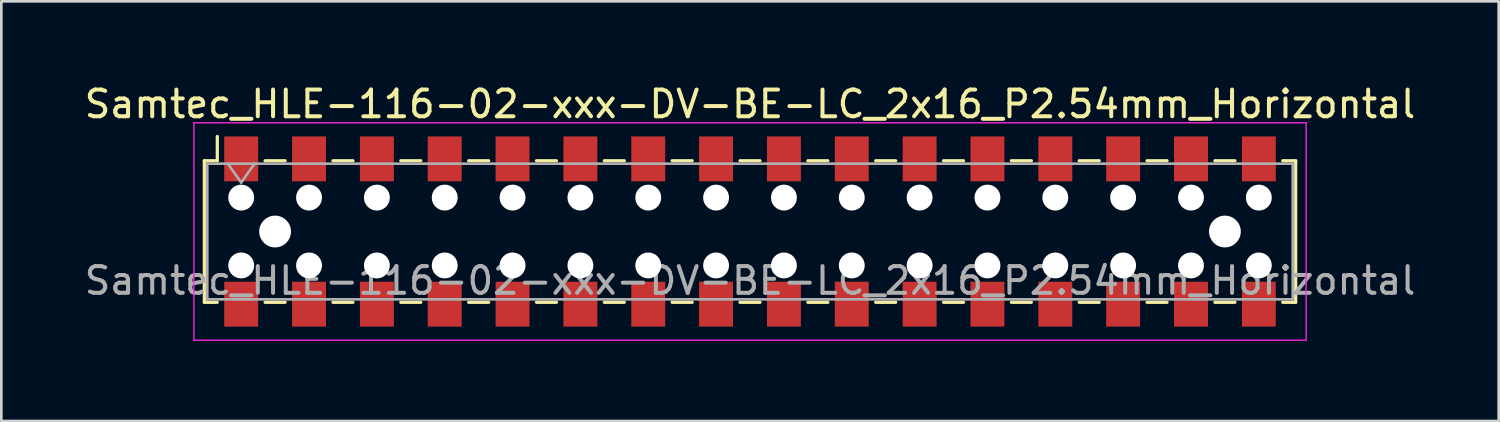
<source format=kicad_pcb>
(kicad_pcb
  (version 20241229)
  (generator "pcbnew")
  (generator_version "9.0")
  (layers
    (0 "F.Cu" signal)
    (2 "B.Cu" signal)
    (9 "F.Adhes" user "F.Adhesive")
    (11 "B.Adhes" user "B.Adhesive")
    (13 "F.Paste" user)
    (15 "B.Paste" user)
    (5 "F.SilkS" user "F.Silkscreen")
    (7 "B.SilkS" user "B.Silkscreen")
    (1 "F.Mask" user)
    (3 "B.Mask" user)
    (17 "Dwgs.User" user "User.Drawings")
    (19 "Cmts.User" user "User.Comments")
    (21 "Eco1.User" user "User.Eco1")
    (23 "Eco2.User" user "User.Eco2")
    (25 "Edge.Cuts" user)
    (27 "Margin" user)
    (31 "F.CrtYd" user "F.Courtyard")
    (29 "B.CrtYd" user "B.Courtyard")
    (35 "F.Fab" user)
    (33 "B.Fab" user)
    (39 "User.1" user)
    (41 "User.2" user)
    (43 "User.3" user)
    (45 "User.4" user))
  (footprint "Samtec_HLE-116-02-xxx-DV-BE-LC_2x16_P2.54mm_Horizontal"
    (layer "F.Cu")
    (at 25.03 5.618)
    (property "Reference" "Samtec_HLE-116-02-xxx-DV-BE-LC_2x16_P2.54mm_Horizontal" (at 0 -4.77 0) (layer "F.SilkS") (effects (font (size 1 1) (thickness 0.15))))
    (attr smd)
    (fp_line (start -20.43 -2.65) (end -20.43 2.65) (stroke (width 0.12) (type solid)) (layer "F.SilkS"))
    (fp_line (start -20.43 2.65) (end -19.945 2.65) (stroke (width 0.12) (type solid)) (layer "F.SilkS"))
    (fp_line (start -19.945 -3.56) (end -19.945 -2.65) (stroke (width 0.12) (type solid)) (layer "F.SilkS"))
    (fp_line (start -19.945 -2.65) (end -20.43 -2.65) (stroke (width 0.12) (type solid)) (layer "F.SilkS"))
    (fp_line (start -18.155 -2.65) (end -17.405 -2.65) (stroke (width 0.12) (type solid)) (layer "F.SilkS"))
    (fp_line (start -18.155 2.65) (end -17.405 2.65) (stroke (width 0.12) (type solid)) (layer "F.SilkS"))
    (fp_line (start -15.615 -2.65) (end -14.865 -2.65) (stroke (width 0.12) (type solid)) (layer "F.SilkS"))
    (fp_line (start -15.615 2.65) (end -14.865 2.65) (stroke (width 0.12) (type solid)) (layer "F.SilkS"))
    (fp_line (start -13.075 -2.65) (end -12.325 -2.65) (stroke (width 0.12) (type solid)) (layer "F.SilkS"))
    (fp_line (start -13.075 2.65) (end -12.325 2.65) (stroke (width 0.12) (type solid)) (layer "F.SilkS"))
    (fp_line (start -10.535 -2.65) (end -9.785 -2.65) (stroke (width 0.12) (type solid)) (layer "F.SilkS"))
    (fp_line (start -10.535 2.65) (end -9.785 2.65) (stroke (width 0.12) (type solid)) (layer "F.SilkS"))
    (fp_line (start -7.995 -2.65) (end -7.245 -2.65) (stroke (width 0.12) (type solid)) (layer "F.SilkS"))
    (fp_line (start -7.995 2.65) (end -7.245 2.65) (stroke (width 0.12) (type solid)) (layer "F.SilkS"))
    (fp_line (start -5.455 -2.65) (end -4.705 -2.65) (stroke (width 0.12) (type solid)) (layer "F.SilkS"))
    (fp_line (start -5.455 2.65) (end -4.705 2.65) (stroke (width 0.12) (type solid)) (layer "F.SilkS"))
    (fp_line (start -2.915 -2.65) (end -2.165 -2.65) (stroke (width 0.12) (type solid)) (layer "F.SilkS"))
    (fp_line (start -2.915 2.65) (end -2.165 2.65) (stroke (width 0.12) (type solid)) (layer "F.SilkS"))
    (fp_line (start -0.375 -2.65) (end 0.375 -2.65) (stroke (width 0.12) (type solid)) (layer "F.SilkS"))
    (fp_line (start -0.375 2.65) (end 0.375 2.65) (stroke (width 0.12) (type solid)) (layer "F.SilkS"))
    (fp_line (start 2.165 -2.65) (end 2.915 -2.65) (stroke (width 0.12) (type solid)) (layer "F.SilkS"))
    (fp_line (start 2.165 2.65) (end 2.915 2.65) (stroke (width 0.12) (type solid)) (layer "F.SilkS"))
    (fp_line (start 4.705 -2.65) (end 5.455 -2.65) (stroke (width 0.12) (type solid)) (layer "F.SilkS"))
    (fp_line (start 4.705 2.65) (end 5.455 2.65) (stroke (width 0.12) (type solid)) (layer "F.SilkS"))
    (fp_line (start 7.245 -2.65) (end 7.995 -2.65) (stroke (width 0.12) (type solid)) (layer "F.SilkS"))
    (fp_line (start 7.245 2.65) (end 7.995 2.65) (stroke (width 0.12) (type solid)) (layer "F.SilkS"))
    (fp_line (start 9.785 -2.65) (end 10.535 -2.65) (stroke (width 0.12) (type solid)) (layer "F.SilkS"))
    (fp_line (start 9.785 2.65) (end 10.535 2.65) (stroke (width 0.12) (type solid)) (layer "F.SilkS"))
    (fp_line (start 12.325 -2.65) (end 13.075 -2.65) (stroke (width 0.12) (type solid)) (layer "F.SilkS"))
    (fp_line (start 12.325 2.65) (end 13.075 2.65) (stroke (width 0.12) (type solid)) (layer "F.SilkS"))
    (fp_line (start 14.865 -2.65) (end 15.615 -2.65) (stroke (width 0.12) (type solid)) (layer "F.SilkS"))
    (fp_line (start 14.865 2.65) (end 15.615 2.65) (stroke (width 0.12) (type solid)) (layer "F.SilkS"))
    (fp_line (start 17.405 -2.65) (end 18.155 -2.65) (stroke (width 0.12) (type solid)) (layer "F.SilkS"))
    (fp_line (start 17.405 2.65) (end 18.155 2.65) (stroke (width 0.12) (type solid)) (layer "F.SilkS"))
    (fp_line (start 19.945 -2.65) (end 20.43 -2.65) (stroke (width 0.12) (type solid)) (layer "F.SilkS"))
    (fp_line (start 20.43 -2.65) (end 20.43 2.65) (stroke (width 0.12) (type solid)) (layer "F.SilkS"))
    (fp_line (start 20.43 2.65) (end 19.945 2.65) (stroke (width 0.12) (type solid)) (layer "F.SilkS"))
    (fp_line (start -20.82 -4.07) (end 20.82 -4.07) (stroke (width 0.05) (type solid)) (layer "F.CrtYd"))
    (fp_line (start -20.82 4.07) (end -20.82 -4.07) (stroke (width 0.05) (type solid)) (layer "F.CrtYd"))
    (fp_line (start 20.82 -4.07) (end 20.82 4.07) (stroke (width 0.05) (type solid)) (layer "F.CrtYd"))
    (fp_line (start 20.82 4.07) (end -20.82 4.07) (stroke (width 0.05) (type solid)) (layer "F.CrtYd"))
    (fp_line (start -20.32 -2.54) (end 20.32 -2.54) (stroke (width 0.1) (type solid)) (layer "F.Fab"))
    (fp_line (start -20.32 2.54) (end -20.32 -2.54) (stroke (width 0.1) (type solid)) (layer "F.Fab"))
    (fp_line (start -19.55 -2.54) (end -19.05 -1.833) (stroke (width 0.1) (type solid)) (layer "F.Fab"))
    (fp_line (start -19.05 -1.833) (end -18.55 -2.54) (stroke (width 0.1) (type solid)) (layer "F.Fab"))
    (fp_line (start 20.32 -2.54) (end 20.32 2.54) (stroke (width 0.1) (type solid)) (layer "F.Fab"))
    (fp_line (start 20.32 2.54) (end -20.32 2.54) (stroke (width 0.1) (type solid)) (layer "F.Fab"))
    (fp_text user "${REFERENCE}" (at 0 1.84 0) (layer "F.Fab") (effects (font (size 1 1) (thickness 0.15))))
    (pad "" np_thru_hole circle (at -19.05 -1.27) (size 0.97 0.97) (drill 0.97) (layers "*.Cu" "*.Mask"))
    (pad "" np_thru_hole circle (at -19.05 1.27) (size 0.97 0.97) (drill 0.97) (layers "*.Cu" "*.Mask"))
    (pad "" np_thru_hole circle (at -17.78 0) (size 1.19 1.19) (drill 1.19) (layers "*.Cu" "*.Mask"))
    (pad "" np_thru_hole circle (at -16.51 -1.27) (size 0.97 0.97) (drill 0.97) (layers "*.Cu" "*.Mask"))
    (pad "" np_thru_hole circle (at -16.51 1.27) (size 0.97 0.97) (drill 0.97) (layers "*.Cu" "*.Mask"))
    (pad "" np_thru_hole circle (at -13.97 -1.27) (size 0.97 0.97) (drill 0.97) (layers "*.Cu" "*.Mask"))
    (pad "" np_thru_hole circle (at -13.97 1.27) (size 0.97 0.97) (drill 0.97) (layers "*.Cu" "*.Mask"))
    (pad "" np_thru_hole circle (at -11.43 -1.27) (size 0.97 0.97) (drill 0.97) (layers "*.Cu" "*.Mask"))
    (pad "" np_thru_hole circle (at -11.43 1.27) (size 0.97 0.97) (drill 0.97) (layers "*.Cu" "*.Mask"))
    (pad "" np_thru_hole circle (at -8.89 -1.27) (size 0.97 0.97) (drill 0.97) (layers "*.Cu" "*.Mask"))
    (pad "" np_thru_hole circle (at -8.89 1.27) (size 0.97 0.97) (drill 0.97) (layers "*.Cu" "*.Mask"))
    (pad "" np_thru_hole circle (at -6.35 -1.27) (size 0.97 0.97) (drill 0.97) (layers "*.Cu" "*.Mask"))
    (pad "" np_thru_hole circle (at -6.35 1.27) (size 0.97 0.97) (drill 0.97) (layers "*.Cu" "*.Mask"))
    (pad "" np_thru_hole circle (at -3.81 -1.27) (size 0.97 0.97) (drill 0.97) (layers "*.Cu" "*.Mask"))
    (pad "" np_thru_hole circle (at -3.81 1.27) (size 0.97 0.97) (drill 0.97) (layers "*.Cu" "*.Mask"))
    (pad "" np_thru_hole circle (at -1.27 -1.27) (size 0.97 0.97) (drill 0.97) (layers "*.Cu" "*.Mask"))
    (pad "" np_thru_hole circle (at -1.27 1.27) (size 0.97 0.97) (drill 0.97) (layers "*.Cu" "*.Mask"))
    (pad "" np_thru_hole circle (at 1.27 -1.27) (size 0.97 0.97) (drill 0.97) (layers "*.Cu" "*.Mask"))
    (pad "" np_thru_hole circle (at 1.27 1.27) (size 0.97 0.97) (drill 0.97) (layers "*.Cu" "*.Mask"))
    (pad "" np_thru_hole circle (at 3.81 -1.27) (size 0.97 0.97) (drill 0.97) (layers "*.Cu" "*.Mask"))
    (pad "" np_thru_hole circle (at 3.81 1.27) (size 0.97 0.97) (drill 0.97) (layers "*.Cu" "*.Mask"))
    (pad "" np_thru_hole circle (at 6.35 -1.27) (size 0.97 0.97) (drill 0.97) (layers "*.Cu" "*.Mask"))
    (pad "" np_thru_hole circle (at 6.35 1.27) (size 0.97 0.97) (drill 0.97) (layers "*.Cu" "*.Mask"))
    (pad "" np_thru_hole circle (at 8.89 -1.27) (size 0.97 0.97) (drill 0.97) (layers "*.Cu" "*.Mask"))
    (pad "" np_thru_hole circle (at 8.89 1.27) (size 0.97 0.97) (drill 0.97) (layers "*.Cu" "*.Mask"))
    (pad "" np_thru_hole circle (at 11.43 -1.27) (size 0.97 0.97) (drill 0.97) (layers "*.Cu" "*.Mask"))
    (pad "" np_thru_hole circle (at 11.43 1.27) (size 0.97 0.97) (drill 0.97) (layers "*.Cu" "*.Mask"))
    (pad "" np_thru_hole circle (at 13.97 -1.27) (size 0.97 0.97) (drill 0.97) (layers "*.Cu" "*.Mask"))
    (pad "" np_thru_hole circle (at 13.97 1.27) (size 0.97 0.97) (drill 0.97) (layers "*.Cu" "*.Mask"))
    (pad "" np_thru_hole circle (at 16.51 -1.27) (size 0.97 0.97) (drill 0.97) (layers "*.Cu" "*.Mask"))
    (pad "" np_thru_hole circle (at 16.51 1.27) (size 0.97 0.97) (drill 0.97) (layers "*.Cu" "*.Mask"))
    (pad "" np_thru_hole circle (at 17.78 0) (size 1.19 1.19) (drill 1.19) (layers "*.Cu" "*.Mask"))
    (pad "" np_thru_hole circle (at 19.05 -1.27) (size 0.97 0.97) (drill 0.97) (layers "*.Cu" "*.Mask"))
    (pad "" np_thru_hole circle (at 19.05 1.27) (size 0.97 0.97) (drill 0.97) (layers "*.Cu" "*.Mask"))
    (pad "1" smd rect (at -19.05 -2.72) (size 1.27 1.68) (layers "F.Cu" "F.Mask" "F.Paste"))
    (pad "2" smd rect (at -19.05 2.72) (size 1.27 1.68) (layers "F.Cu" "F.Mask" "F.Paste"))
    (pad "3" smd rect (at -16.51 -2.72) (size 1.27 1.68) (layers "F.Cu" "F.Mask" "F.Paste"))
    (pad "4" smd rect (at -16.51 2.72) (size 1.27 1.68) (layers "F.Cu" "F.Mask" "F.Paste"))
    (pad "5" smd rect (at -13.97 -2.72) (size 1.27 1.68) (layers "F.Cu" "F.Mask" "F.Paste"))
    (pad "6" smd rect (at -13.97 2.72) (size 1.27 1.68) (layers "F.Cu" "F.Mask" "F.Paste"))
    (pad "7" smd rect (at -11.43 -2.72) (size 1.27 1.68) (layers "F.Cu" "F.Mask" "F.Paste"))
    (pad "8" smd rect (at -11.43 2.72) (size 1.27 1.68) (layers "F.Cu" "F.Mask" "F.Paste"))
    (pad "9" smd rect (at -8.89 -2.72) (size 1.27 1.68) (layers "F.Cu" "F.Mask" "F.Paste"))
    (pad "10" smd rect (at -8.89 2.72) (size 1.27 1.68) (layers "F.Cu" "F.Mask" "F.Paste"))
    (pad "11" smd rect (at -6.35 -2.72) (size 1.27 1.68) (layers "F.Cu" "F.Mask" "F.Paste"))
    (pad "12" smd rect (at -6.35 2.72) (size 1.27 1.68) (layers "F.Cu" "F.Mask" "F.Paste"))
    (pad "13" smd rect (at -3.81 -2.72) (size 1.27 1.68) (layers "F.Cu" "F.Mask" "F.Paste"))
    (pad "14" smd rect (at -3.81 2.72) (size 1.27 1.68) (layers "F.Cu" "F.Mask" "F.Paste"))
    (pad "15" smd rect (at -1.27 -2.72) (size 1.27 1.68) (layers "F.Cu" "F.Mask" "F.Paste"))
    (pad "16" smd rect (at -1.27 2.72) (size 1.27 1.68) (layers "F.Cu" "F.Mask" "F.Paste"))
    (pad "17" smd rect (at 1.27 -2.72) (size 1.27 1.68) (layers "F.Cu" "F.Mask" "F.Paste"))
    (pad "18" smd rect (at 1.27 2.72) (size 1.27 1.68) (layers "F.Cu" "F.Mask" "F.Paste"))
    (pad "19" smd rect (at 3.81 -2.72) (size 1.27 1.68) (layers "F.Cu" "F.Mask" "F.Paste"))
    (pad "20" smd rect (at 3.81 2.72) (size 1.27 1.68) (layers "F.Cu" "F.Mask" "F.Paste"))
    (pad "21" smd rect (at 6.35 -2.72) (size 1.27 1.68) (layers "F.Cu" "F.Mask" "F.Paste"))
    (pad "22" smd rect (at 6.35 2.72) (size 1.27 1.68) (layers "F.Cu" "F.Mask" "F.Paste"))
    (pad "23" smd rect (at 8.89 -2.72) (size 1.27 1.68) (layers "F.Cu" "F.Mask" "F.Paste"))
    (pad "24" smd rect (at 8.89 2.72) (size 1.27 1.68) (layers "F.Cu" "F.Mask" "F.Paste"))
    (pad "25" smd rect (at 11.43 -2.72) (size 1.27 1.68) (layers "F.Cu" "F.Mask" "F.Paste"))
    (pad "26" smd rect (at 11.43 2.72) (size 1.27 1.68) (layers "F.Cu" "F.Mask" "F.Paste"))
    (pad "27" smd rect (at 13.97 -2.72) (size 1.27 1.68) (layers "F.Cu" "F.Mask" "F.Paste"))
    (pad "28" smd rect (at 13.97 2.72) (size 1.27 1.68) (layers "F.Cu" "F.Mask" "F.Paste"))
    (pad "29" smd rect (at 16.51 -2.72) (size 1.27 1.68) (layers "F.Cu" "F.Mask" "F.Paste"))
    (pad "30" smd rect (at 16.51 2.72) (size 1.27 1.68) (layers "F.Cu" "F.Mask" "F.Paste"))
    (pad "31" smd rect (at 19.05 -2.72) (size 1.27 1.68) (layers "F.Cu" "F.Mask" "F.Paste"))
    (pad "32" smd rect (at 19.05 2.72) (size 1.27 1.68) (layers "F.Cu" "F.Mask" "F.Paste")))
  (gr_rect
    (start -3 -3)
    (end 53.06 12.713)
    (stroke (width 0.1) (type default))
    (fill no)
    (layer "Edge.Cuts")))
</source>
